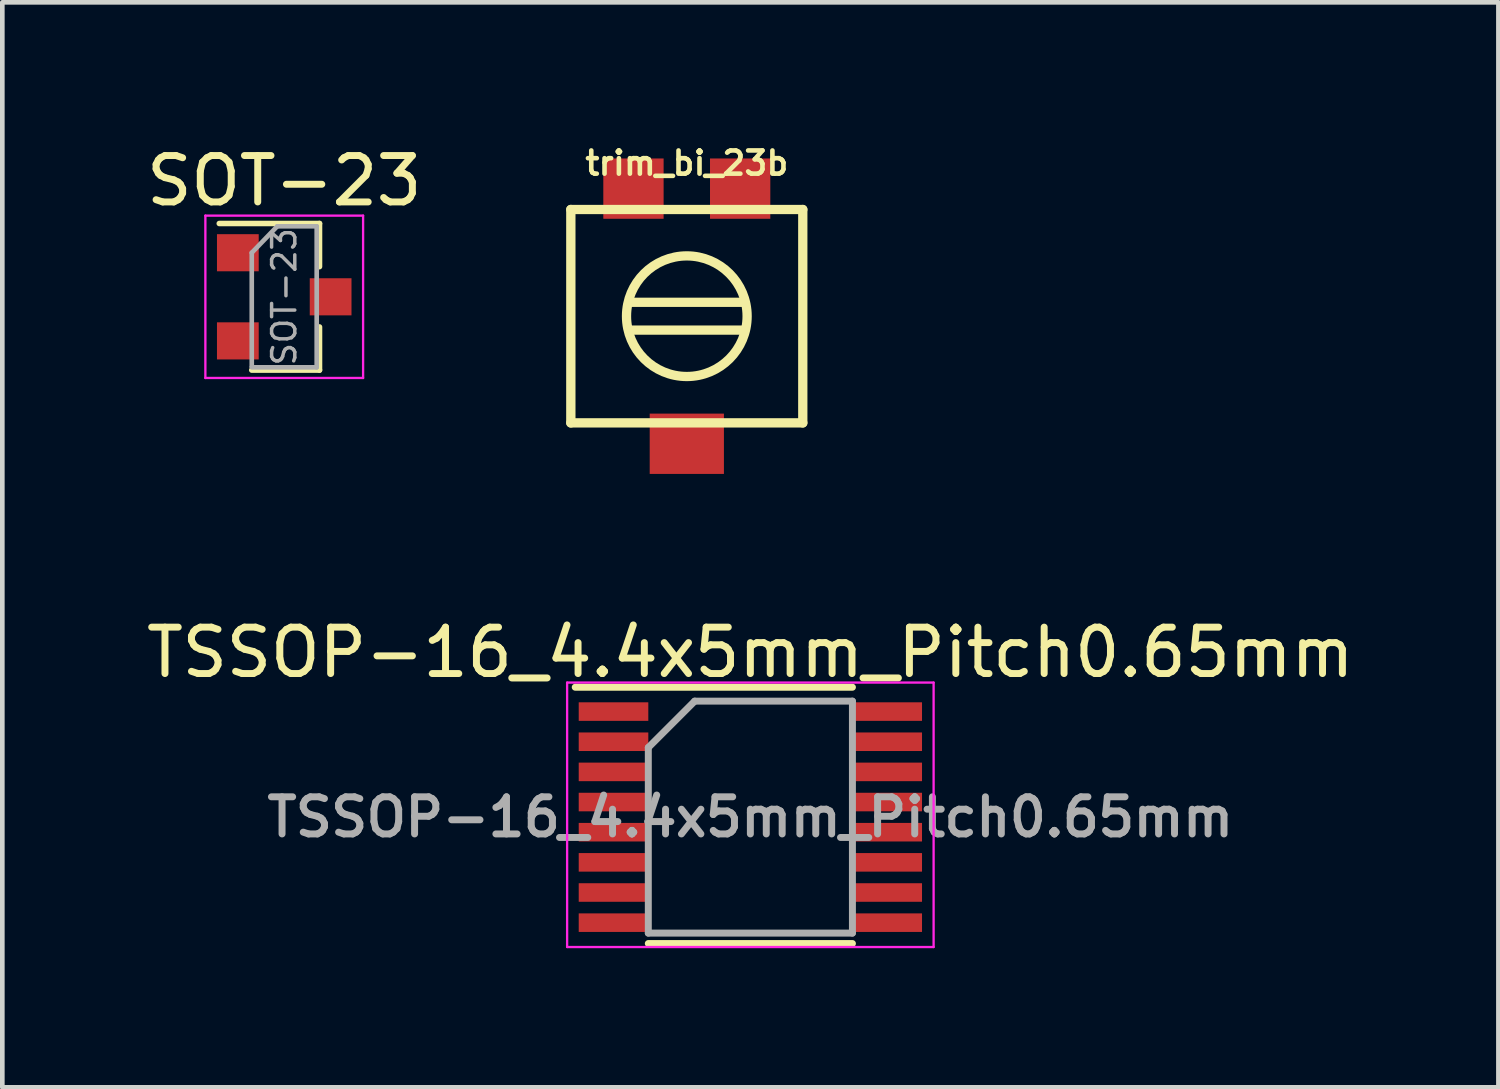
<source format=kicad_pcb>
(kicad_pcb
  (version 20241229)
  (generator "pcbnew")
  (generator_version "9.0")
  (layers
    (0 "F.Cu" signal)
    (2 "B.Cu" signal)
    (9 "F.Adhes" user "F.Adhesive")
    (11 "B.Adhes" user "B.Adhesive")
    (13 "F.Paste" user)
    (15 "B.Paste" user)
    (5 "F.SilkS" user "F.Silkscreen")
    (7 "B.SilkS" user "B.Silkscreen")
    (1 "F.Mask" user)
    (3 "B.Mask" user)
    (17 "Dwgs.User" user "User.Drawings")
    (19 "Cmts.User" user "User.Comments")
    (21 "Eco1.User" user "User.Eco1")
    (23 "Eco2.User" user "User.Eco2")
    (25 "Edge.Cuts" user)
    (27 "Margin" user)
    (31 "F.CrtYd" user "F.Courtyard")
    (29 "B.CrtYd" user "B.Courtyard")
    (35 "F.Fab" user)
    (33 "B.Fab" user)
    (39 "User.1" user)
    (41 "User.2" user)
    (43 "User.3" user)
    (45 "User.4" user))
  (footprint "TSSOP-16_4.4x5mm_Pitch0.65mm"
    (layer "F.Cu")
    (at 13.125 14.564)
    (property "Reference" "TSSOP-16_4.4x5mm_Pitch0.65mm" (at 0 -3.55 0) (layer "F.SilkS") (effects (font (size 1 1) (thickness 0.15))))
    (attr smd)
    (fp_line (start -3.775 -2.8) (end 2.2 -2.8) (stroke (width 0.15) (type solid)) (layer "F.SilkS"))
    (fp_line (start -2.2 2.725) (end 2.2 2.725) (stroke (width 0.15) (type solid)) (layer "F.SilkS"))
    (fp_line (start -3.95 -2.9) (end -3.95 2.8) (stroke (width 0.05) (type solid)) (layer "F.CrtYd"))
    (fp_line (start -3.95 -2.9) (end 3.95 -2.9) (stroke (width 0.05) (type solid)) (layer "F.CrtYd"))
    (fp_line (start -3.95 2.8) (end 3.95 2.8) (stroke (width 0.05) (type solid)) (layer "F.CrtYd"))
    (fp_line (start 3.95 -2.9) (end 3.95 2.8) (stroke (width 0.05) (type solid)) (layer "F.CrtYd"))
    (fp_line (start -2.2 -1.5) (end -1.2 -2.5) (stroke (width 0.15) (type solid)) (layer "F.Fab"))
    (fp_line (start -2.2 2.5) (end -2.2 -1.5) (stroke (width 0.15) (type solid)) (layer "F.Fab"))
    (fp_line (start -1.2 -2.5) (end 2.2 -2.5) (stroke (width 0.15) (type solid)) (layer "F.Fab"))
    (fp_line (start 2.2 -2.5) (end 2.2 2.5) (stroke (width 0.15) (type solid)) (layer "F.Fab"))
    (fp_line (start 2.2 2.5) (end -2.2 2.5) (stroke (width 0.15) (type solid)) (layer "F.Fab"))
    (fp_text user "${REFERENCE}" (at 0 0 0) (layer "F.Fab") (effects (font (size 0.8 0.8) (thickness 0.15))))
    (pad "1" smd rect (at -2.95 -2.275) (size 1.5 0.4) (layers "F.Cu" "F.Mask" "F.Paste"))
    (pad "2" smd rect (at -2.95 -1.625) (size 1.5 0.4) (layers "F.Cu" "F.Mask" "F.Paste"))
    (pad "3" smd rect (at -2.95 -0.975) (size 1.5 0.4) (layers "F.Cu" "F.Mask" "F.Paste"))
    (pad "4" smd rect (at -2.95 -0.325) (size 1.5 0.4) (layers "F.Cu" "F.Mask" "F.Paste"))
    (pad "5" smd rect (at -2.95 0.325) (size 1.5 0.4) (layers "F.Cu" "F.Mask" "F.Paste"))
    (pad "6" smd rect (at -2.95 0.975) (size 1.5 0.4) (layers "F.Cu" "F.Mask" "F.Paste"))
    (pad "7" smd rect (at -2.95 1.625) (size 1.5 0.4) (layers "F.Cu" "F.Mask" "F.Paste"))
    (pad "8" smd rect (at -2.95 2.275) (size 1.5 0.4) (layers "F.Cu" "F.Mask" "F.Paste"))
    (pad "9" smd rect (at 2.95 2.275) (size 1.5 0.4) (layers "F.Cu" "F.Mask" "F.Paste"))
    (pad "10" smd rect (at 2.95 1.625) (size 1.5 0.4) (layers "F.Cu" "F.Mask" "F.Paste"))
    (pad "11" smd rect (at 2.95 0.975) (size 1.5 0.4) (layers "F.Cu" "F.Mask" "F.Paste"))
    (pad "12" smd rect (at 2.95 0.325) (size 1.5 0.4) (layers "F.Cu" "F.Mask" "F.Paste"))
    (pad "13" smd rect (at 2.95 -0.325) (size 1.5 0.4) (layers "F.Cu" "F.Mask" "F.Paste"))
    (pad "14" smd rect (at 2.95 -0.975) (size 1.5 0.4) (layers "F.Cu" "F.Mask" "F.Paste"))
    (pad "15" smd rect (at 2.95 -1.625) (size 1.5 0.4) (layers "F.Cu" "F.Mask" "F.Paste"))
    (pad "16" smd rect (at 2.95 -2.275) (size 1.5 0.4) (layers "F.Cu" "F.Mask" "F.Paste")))
  (footprint "trim_bi_23b"
    (layer "F.Cu")
    (at 11.755 3.766)
    (property "Reference" "trim_bi_23b" (at 0 -3.299 0) (layer "F.SilkS") (effects (font (size 0.5 0.5) (thickness 0.099))))
    (attr through_hole)
    (fp_line (start -2.5 -2.3) (end -2.5 2.3) (stroke (width 0.201) (type solid)) (layer "F.SilkS"))
    (fp_line (start -2.5 2.3) (end 2.5 2.3) (stroke (width 0.201) (type solid)) (layer "F.SilkS"))
    (fp_line (start -1.2 -0.3) (end 1.2 -0.3) (stroke (width 0.2) (type solid)) (layer "F.SilkS"))
    (fp_line (start 1.2 0.3) (end -1.2 0.3) (stroke (width 0.2) (type solid)) (layer "F.SilkS"))
    (fp_line (start 2.5 -2.3) (end -2.5 -2.3) (stroke (width 0.201) (type solid)) (layer "F.SilkS"))
    (fp_line (start 2.5 2.3) (end 2.5 -2.3) (stroke (width 0.2) (type solid)) (layer "F.SilkS"))
    (fp_circle (center 0 0) (end -1.3 0) (stroke (width 0.2) (type solid)) (fill no) (layer "F.SilkS"))
    (pad "1" smd rect (at -1.15 -2.75) (size 1.3 1.3) (layers "F.Cu" "F.Mask" "F.Paste"))
    (pad "2" smd rect (at 0 2.75) (size 1.6 1.3) (layers "F.Cu" "F.Mask" "F.Paste"))
    (pad "3" smd rect (at 1.15 -2.75) (size 1.3 1.3) (layers "F.Cu" "F.Mask" "F.Paste")))
  (footprint "SOT-23"
    (layer "F.Cu")
    (at 3.077 3.348)
    (property "Reference" "SOT-23" (at 0 -2.5 0) (layer "F.SilkS") (effects (font (size 1 1) (thickness 0.15))))
    (attr smd)
    (fp_line (start 0.76 -1.58) (end -1.4 -1.58) (stroke (width 0.12) (type solid)) (layer "F.SilkS"))
    (fp_line (start 0.76 -1.58) (end 0.76 -0.65) (stroke (width 0.12) (type solid)) (layer "F.SilkS"))
    (fp_line (start 0.76 1.58) (end -0.7 1.58) (stroke (width 0.12) (type solid)) (layer "F.SilkS"))
    (fp_line (start 0.76 1.58) (end 0.76 0.65) (stroke (width 0.12) (type solid)) (layer "F.SilkS"))
    (fp_line (start -1.7 -1.75) (end 1.7 -1.75) (stroke (width 0.05) (type solid)) (layer "F.CrtYd"))
    (fp_line (start -1.7 1.75) (end -1.7 -1.75) (stroke (width 0.05) (type solid)) (layer "F.CrtYd"))
    (fp_line (start 1.7 -1.75) (end 1.7 1.75) (stroke (width 0.05) (type solid)) (layer "F.CrtYd"))
    (fp_line (start 1.7 1.75) (end -1.7 1.75) (stroke (width 0.05) (type solid)) (layer "F.CrtYd"))
    (fp_line (start -0.7 -0.95) (end -0.7 1.5) (stroke (width 0.1) (type solid)) (layer "F.Fab"))
    (fp_line (start -0.7 -0.95) (end -0.15 -1.52) (stroke (width 0.1) (type solid)) (layer "F.Fab"))
    (fp_line (start -0.7 1.52) (end 0.7 1.52) (stroke (width 0.1) (type solid)) (layer "F.Fab"))
    (fp_line (start -0.15 -1.52) (end 0.7 -1.52) (stroke (width 0.1) (type solid)) (layer "F.Fab"))
    (fp_line (start 0.7 -1.52) (end 0.7 1.52) (stroke (width 0.1) (type solid)) (layer "F.Fab"))
    (fp_text user "${REFERENCE}" (at 0 0 90) (layer "F.Fab") (effects (font (size 0.5 0.5) (thickness 0.075))))
    (pad "1" smd rect (at -1 -0.95) (size 0.9 0.8) (layers "F.Cu" "F.Mask" "F.Paste"))
    (pad "2" smd rect (at 1 0) (size 0.9 0.8) (layers "F.Cu" "F.Mask" "F.Paste"))
    (pad "3" smd rect (at -1 0.95) (size 0.9 0.8) (layers "F.Cu" "F.Mask" "F.Paste")))
  (gr_rect
    (start -3 -3)
    (end 29.25 20.389)
    (stroke (width 0.1) (type default))
    (fill no)
    (layer "Edge.Cuts")))
</source>
